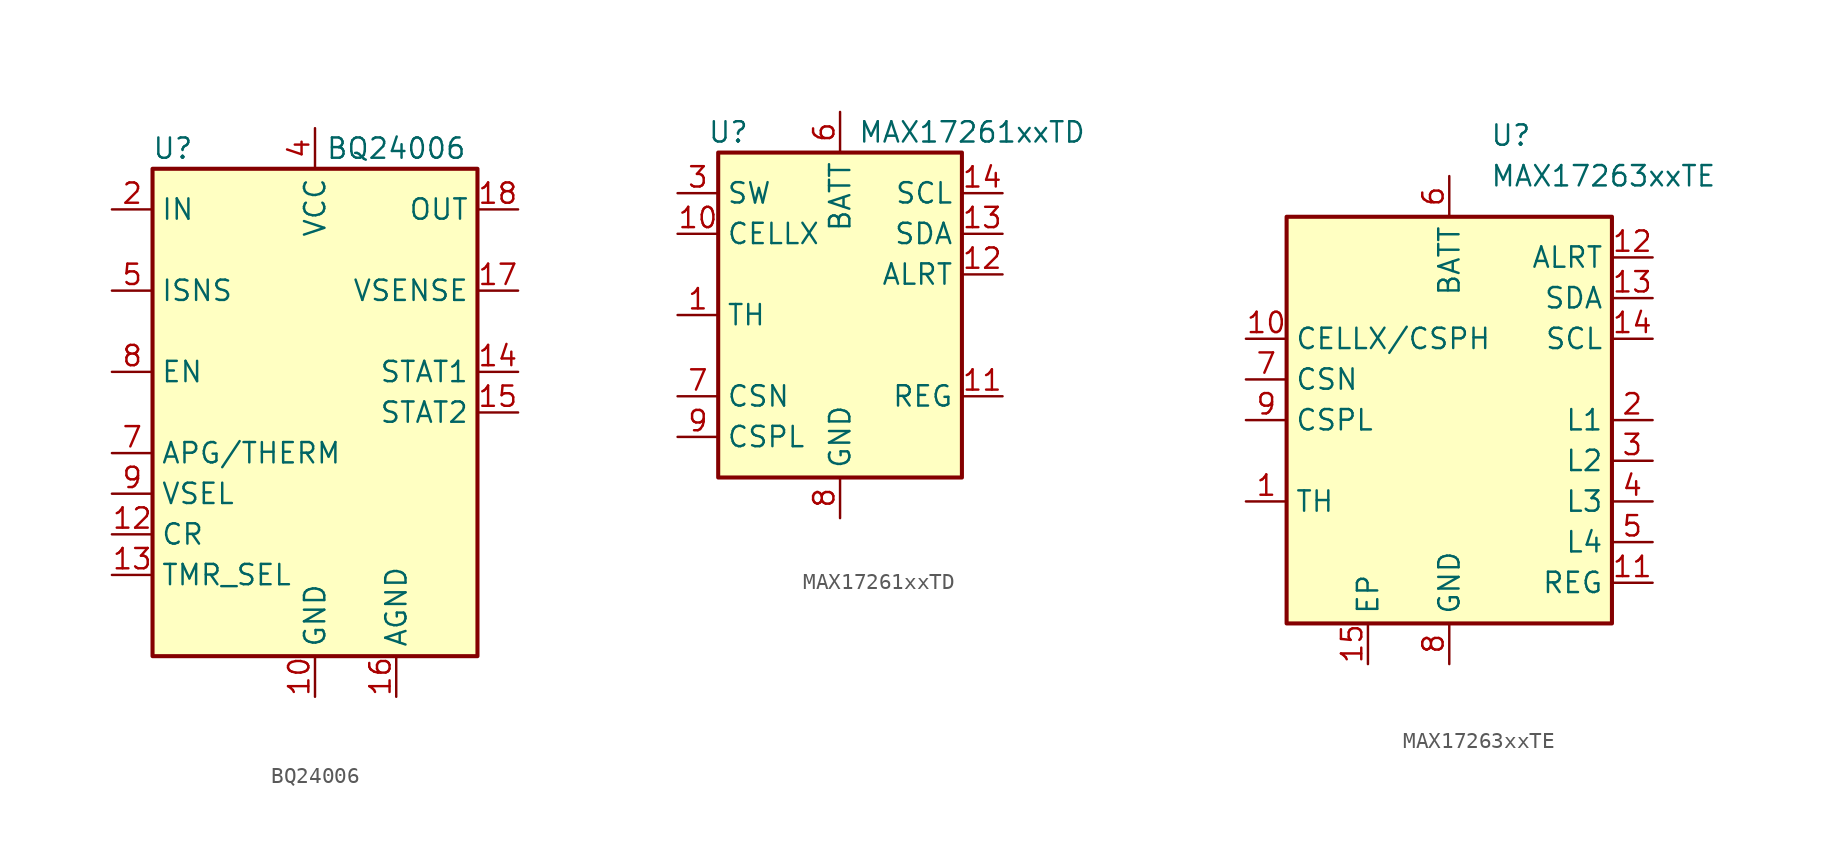
<source format=kicad_sym>
(kicad_symbol_lib
  (version 20200908)
  (generator kicad_symbol_editor)
  (symbol "Battery_Management:BQ24006"
    (property "Reference" "U"
      (at -8.89 16.51 0)
      (effects (font (size 1.27 1.27))))
    (property "Value" "BQ24006"
      (at 5.08 16.51 0)
      (effects (font (size 1.27 1.27))))
    (symbol "BQ24006_0_1"
      (rectangle (start -10.16 15.24) (end 10.16 -15.24) (stroke (width 0.254)) (fill (type background))))
    (symbol "BQ24006_1_1"
      (pin unconnected line (at 10.16 -2.54 180) (length 2.54) hide (name "N/C" (effects (font (size 1.27 1.27)))) (number "1" (effects (font (size 1.27 1.27)))))
      (pin power_in line (at 0 -17.78 90) (length 2.54) (name "GND" (effects (font (size 1.27 1.27)))) (number "10" (effects (font (size 1.27 1.27)))))
      (pin unconnected line (at 10.16 -7.62 180) (length 2.54) hide (name "N/C" (effects (font (size 1.27 1.27)))) (number "11" (effects (font (size 1.27 1.27)))))
      (pin input line (at -12.7 -7.62 0) (length 2.54) (name "CR" (effects (font (size 1.27 1.27)))) (number "12" (effects (font (size 1.27 1.27)))))
      (pin input line (at -12.7 -10.16 0) (length 2.54) (name "TMR_SEL" (effects (font (size 1.27 1.27)))) (number "13" (effects (font (size 1.27 1.27)))))
      (pin output line (at 12.7 2.54 180) (length 2.54) (name "STAT1" (effects (font (size 1.27 1.27)))) (number "14" (effects (font (size 1.27 1.27)))))
      (pin output line (at 12.7 0 180) (length 2.54) (name "STAT2" (effects (font (size 1.27 1.27)))) (number "15" (effects (font (size 1.27 1.27)))))
      (pin power_in line (at 5.08 -17.78 90) (length 2.54) (name "AGND" (effects (font (size 1.27 1.27)))) (number "16" (effects (font (size 1.27 1.27)))))
      (pin input line (at 12.7 7.62 180) (length 2.54) (name "VSENSE" (effects (font (size 1.27 1.27)))) (number "17" (effects (font (size 1.27 1.27)))))
      (pin output line (at 12.7 12.7 180) (length 2.54) (name "OUT" (effects (font (size 1.27 1.27)))) (number "18" (effects (font (size 1.27 1.27)))))
      (pin passive line (at 12.7 12.7 180) (length 2.54) hide (name "OUT" (effects (font (size 1.27 1.27)))) (number "19" (effects (font (size 1.27 1.27)))))
      (pin input line (at -12.7 12.7 0) (length 2.54) (name "IN" (effects (font (size 1.27 1.27)))) (number "2" (effects (font (size 1.27 1.27)))))
      (pin unconnected line (at 10.16 -10.16 180) (length 2.54) hide (name "N/C" (effects (font (size 1.27 1.27)))) (number "20" (effects (font (size 1.27 1.27)))))
      (pin passive line (at 0 -17.78 90) (length 2.54) hide (name "GND" (effects (font (size 1.27 1.27)))) (number "21" (effects (font (size 1.27 1.27)))))
      (pin input line (at -12.7 12.7 0) (length 2.54) hide (name "IN" (effects (font (size 1.27 1.27)))) (number "3" (effects (font (size 1.27 1.27)))))
      (pin power_in line (at 0 17.78 270) (length 2.54) (name "VCC" (effects (font (size 1.27 1.27)))) (number "4" (effects (font (size 1.27 1.27)))))
      (pin input line (at -12.7 7.62 0) (length 2.54) (name "ISNS" (effects (font (size 1.27 1.27)))) (number "5" (effects (font (size 1.27 1.27)))))
      (pin unconnected line (at 10.16 -5.08 180) (length 2.54) hide (name "N/C" (effects (font (size 1.27 1.27)))) (number "6" (effects (font (size 1.27 1.27)))))
      (pin input line (at -12.7 -2.54 0) (length 2.54) (name "APG/THERM" (effects (font (size 1.27 1.27)))) (number "7" (effects (font (size 1.27 1.27)))))
      (pin input line (at -12.7 2.54 0) (length 2.54) (name "EN" (effects (font (size 1.27 1.27)))) (number "8" (effects (font (size 1.27 1.27)))))
      (pin input line (at -12.7 -5.08 0) (length 2.54) (name "VSEL" (effects (font (size 1.27 1.27)))) (number "9" (effects (font (size 1.27 1.27)))))))
  (symbol "Battery_Management:MAX17261xxTD"
    (property "Reference" "U"
      (at -6.985 11.43 0)
      (effects (font (size 1.27 1.27))))
    (property "Value" "MAX17261xxTD"
      (at 8.255 11.43 0)
      (effects (font (size 1.27 1.27))))
    (symbol "MAX17261xxTD_0_1"
      (rectangle (start -7.62 10.16) (end 7.62 -10.16) (stroke (width 0.254)) (fill (type background))))
    (symbol "MAX17261xxTD_1_1"
      (pin passive line (at -10.16 0 0) (length 2.54) (name "TH" (effects (font (size 1.27 1.27)))) (number "1" (effects (font (size 1.27 1.27)))))
      (pin input line (at -10.16 5.08 0) (length 2.54) (name "CELLX" (effects (font (size 1.27 1.27)))) (number "10" (effects (font (size 1.27 1.27)))))
      (pin power_out line (at 10.16 -5.08 180) (length 2.54) (name "REG" (effects (font (size 1.27 1.27)))) (number "11" (effects (font (size 1.27 1.27)))))
      (pin open_collector line (at 10.16 2.54 180) (length 2.54) (name "ALRT" (effects (font (size 1.27 1.27)))) (number "12" (effects (font (size 1.27 1.27)))))
      (pin bidirectional line (at 10.16 5.08 180) (length 2.54) (name "SDA" (effects (font (size 1.27 1.27)))) (number "13" (effects (font (size 1.27 1.27)))))
      (pin input line (at 10.16 7.62 180) (length 2.54) (name "SCL" (effects (font (size 1.27 1.27)))) (number "14" (effects (font (size 1.27 1.27)))))
      (pin passive line (at 0 -12.7 90) (length 2.54) hide (name "GND" (effects (font (size 1.27 1.27)))) (number "15" (effects (font (size 1.27 1.27)))))
      (pin unconnected line (at 2.54 -10.16 90) (length 2.54) hide (name "NC" (effects (font (size 1.27 1.27)))) (number "2" (effects (font (size 1.27 1.27)))))
      (pin output line (at -10.16 7.62 0) (length 2.54) (name "SW" (effects (font (size 1.27 1.27)))) (number "3" (effects (font (size 1.27 1.27)))))
      (pin unconnected line (at -2.54 -10.16 90) (length 2.54) hide (name "NC" (effects (font (size 1.27 1.27)))) (number "4" (effects (font (size 1.27 1.27)))))
      (pin unconnected line (at 5.08 -10.16 90) (length 2.54) hide (name "NC" (effects (font (size 1.27 1.27)))) (number "5" (effects (font (size 1.27 1.27)))))
      (pin power_in line (at 0 12.7 270) (length 2.54) (name "BATT" (effects (font (size 1.27 1.27)))) (number "6" (effects (font (size 1.27 1.27)))))
      (pin passive line (at -10.16 -5.08 0) (length 2.54) (name "CSN" (effects (font (size 1.27 1.27)))) (number "7" (effects (font (size 1.27 1.27)))))
      (pin power_in line (at 0 -12.7 90) (length 2.54) (name "GND" (effects (font (size 1.27 1.27)))) (number "8" (effects (font (size 1.27 1.27)))))
      (pin passive line (at -10.16 -7.62 0) (length 2.54) (name "CSPL" (effects (font (size 1.27 1.27)))) (number "9" (effects (font (size 1.27 1.27)))))))
  (symbol "Battery_Management:MAX17263xxTE"
    (property "Reference" "U"
      (at 2.54 17.78 0)
      (effects (font (size 1.27 1.27)) (justify left)))
    (property "Value" "MAX17263xxTE"
      (at 2.54 15.24 0)
      (effects (font (size 1.27 1.27)) (justify left)))
    (symbol "MAX17263xxTE_0_1"
      (rectangle (start -10.16 12.7) (end 10.16 -12.7) (stroke (width 0.254)) (fill (type background))))
    (symbol "MAX17263xxTE_1_1"
      (pin passive line (at -12.7 -5.08 0) (length 2.54) (name "TH" (effects (font (size 1.27 1.27)))) (number "1" (effects (font (size 1.27 1.27)))))
      (pin input line (at -12.7 5.08 0) (length 2.54) (name "CELLX/CSPH" (effects (font (size 1.27 1.27)))) (number "10" (effects (font (size 1.27 1.27)))))
      (pin power_out line (at 12.7 -10.16 180) (length 2.54) (name "REG" (effects (font (size 1.27 1.27)))) (number "11" (effects (font (size 1.27 1.27)))))
      (pin open_emitter line (at 12.7 10.16 180) (length 2.54) (name "ALRT" (effects (font (size 1.27 1.27)))) (number "12" (effects (font (size 1.27 1.27)))))
      (pin bidirectional line (at 12.7 7.62 180) (length 2.54) (name "SDA" (effects (font (size 1.27 1.27)))) (number "13" (effects (font (size 1.27 1.27)))))
      (pin input line (at 12.7 5.08 180) (length 2.54) (name "SCL" (effects (font (size 1.27 1.27)))) (number "14" (effects (font (size 1.27 1.27)))))
      (pin passive line (at -5.08 -15.24 90) (length 2.54) (name "EP" (effects (font (size 1.27 1.27)))) (number "15" (effects (font (size 1.27 1.27)))))
      (pin bidirectional line (at 12.7 0 180) (length 2.54) (name "L1" (effects (font (size 1.27 1.27)))) (number "2" (effects (font (size 1.27 1.27)))))
      (pin output line (at 12.7 -2.54 180) (length 2.54) (name "L2" (effects (font (size 1.27 1.27)))) (number "3" (effects (font (size 1.27 1.27)))))
      (pin output line (at 12.7 -5.08 180) (length 2.54) (name "L3" (effects (font (size 1.27 1.27)))) (number "4" (effects (font (size 1.27 1.27)))))
      (pin output line (at 12.7 -7.62 180) (length 2.54) (name "L4" (effects (font (size 1.27 1.27)))) (number "5" (effects (font (size 1.27 1.27)))))
      (pin power_in line (at 0 15.24 270) (length 2.54) (name "BATT" (effects (font (size 1.27 1.27)))) (number "6" (effects (font (size 1.27 1.27)))))
      (pin input line (at -12.7 2.54 0) (length 2.54) (name "CSN" (effects (font (size 1.27 1.27)))) (number "7" (effects (font (size 1.27 1.27)))))
      (pin power_in line (at 0 -15.24 90) (length 2.54) (name "GND" (effects (font (size 1.27 1.27)))) (number "8" (effects (font (size 1.27 1.27)))))
      (pin input line (at -12.7 0 0) (length 2.54) (name "CSPL" (effects (font (size 1.27 1.27)))) (number "9" (effects (font (size 1.27 1.27))))))))
</source>
